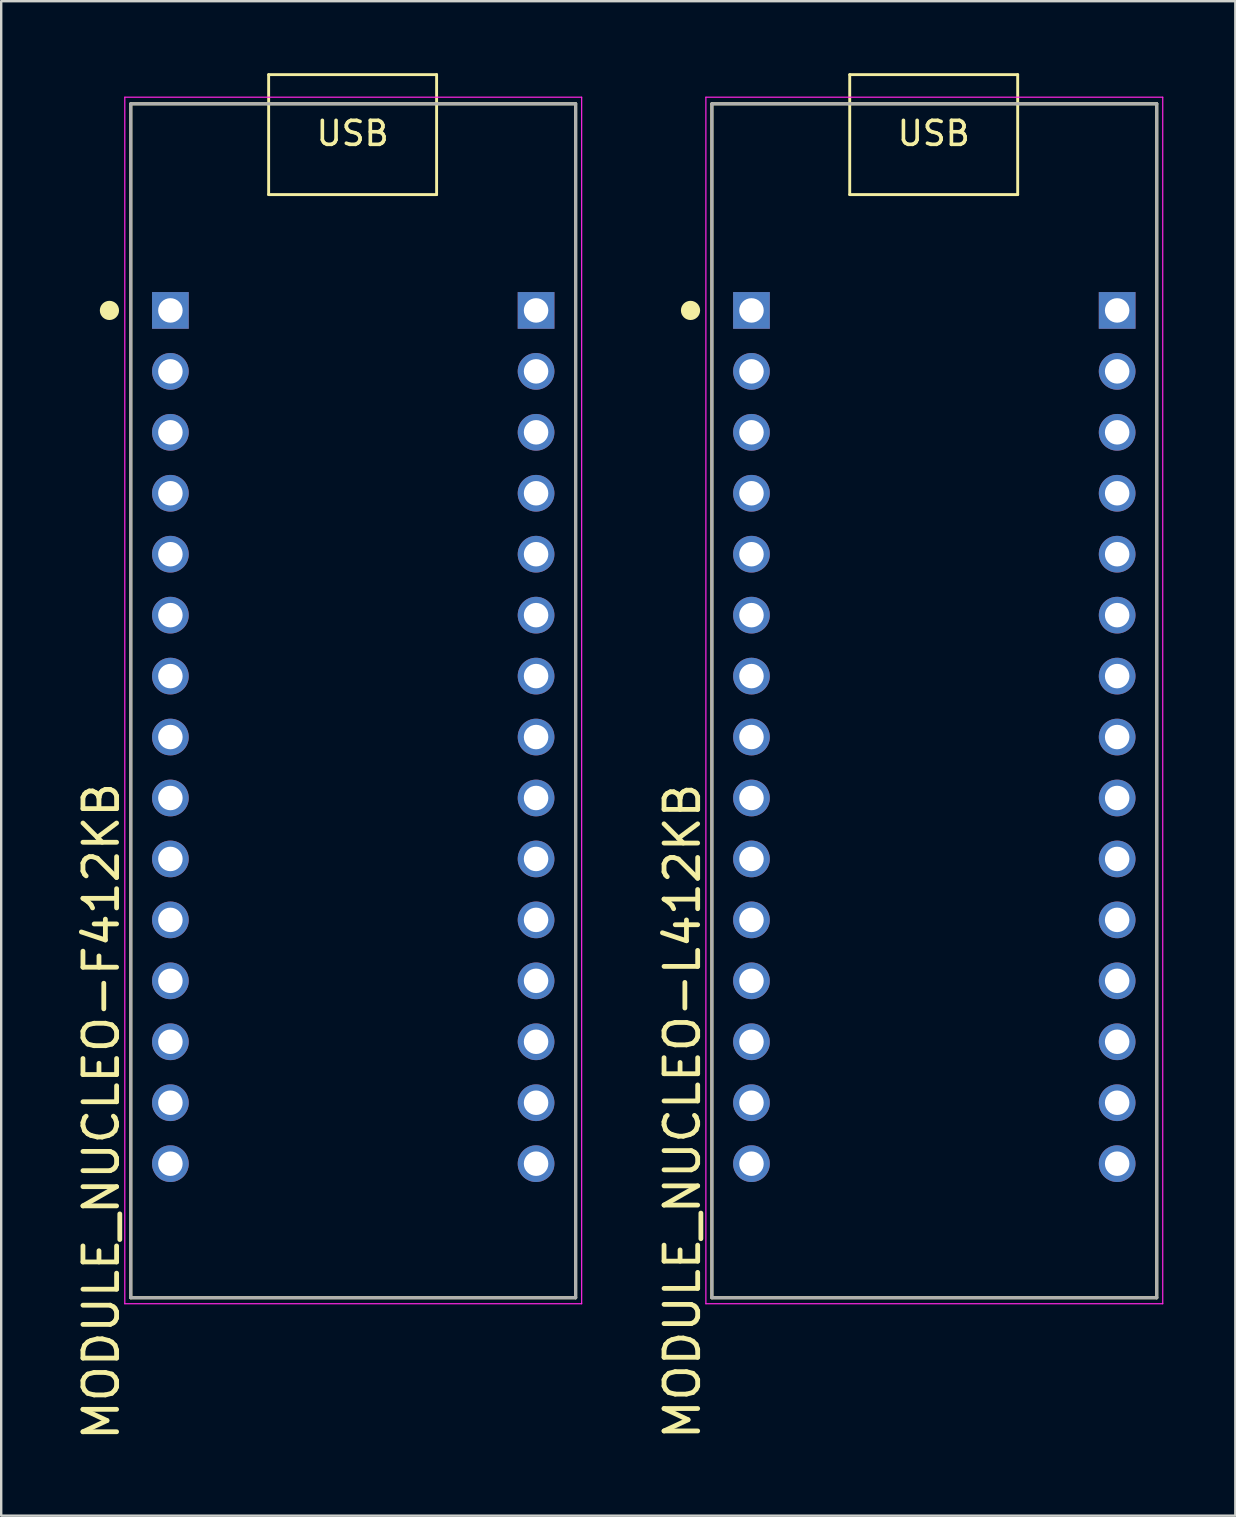
<source format=kicad_pcb>
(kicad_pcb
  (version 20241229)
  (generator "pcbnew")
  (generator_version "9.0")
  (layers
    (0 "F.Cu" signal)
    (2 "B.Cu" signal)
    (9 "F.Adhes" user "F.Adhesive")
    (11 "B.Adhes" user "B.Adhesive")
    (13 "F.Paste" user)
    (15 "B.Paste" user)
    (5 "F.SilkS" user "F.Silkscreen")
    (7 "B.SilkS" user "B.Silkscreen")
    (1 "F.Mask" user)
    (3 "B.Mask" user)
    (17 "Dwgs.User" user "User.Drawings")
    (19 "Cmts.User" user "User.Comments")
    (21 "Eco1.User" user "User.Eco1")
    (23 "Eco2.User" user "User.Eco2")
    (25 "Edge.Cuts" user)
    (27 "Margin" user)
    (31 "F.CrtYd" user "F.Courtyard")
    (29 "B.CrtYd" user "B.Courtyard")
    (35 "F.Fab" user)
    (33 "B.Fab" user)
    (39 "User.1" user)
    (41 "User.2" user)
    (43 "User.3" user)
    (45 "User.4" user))
  (footprint "MODULE_NUCLEO-F412KB"
    (layer "F.Cu")
    (at 11.671 27.667)
    (property "Reference" "MODULE_NUCLEO-F412KB" (at -10.5 15.6 270) (layer "F.SilkS") (effects (font (size 1.402 1.402) (thickness 0.2))))
    (attr through_hole)
    (fp_line (start -9.27 -26.391) (end 9.27 -26.391) (stroke (width 0.127) (type solid)) (layer "F.SilkS"))
    (fp_line (start -9.27 23.367) (end -9.27 -26.391) (stroke (width 0.127) (type solid)) (layer "F.SilkS"))
    (fp_line (start -3.525 -27.607) (end -3.525 -22.607) (stroke (width 0.12) (type solid)) (layer "F.SilkS"))
    (fp_line (start 3.475 -27.607) (end -3.525 -27.607) (stroke (width 0.12) (type solid)) (layer "F.SilkS"))
    (fp_line (start 3.475 -22.607) (end -3.525 -22.607) (stroke (width 0.12) (type solid)) (layer "F.SilkS"))
    (fp_line (start 3.475 -22.607) (end 3.475 -27.607) (stroke (width 0.12) (type solid)) (layer "F.SilkS"))
    (fp_line (start 9.27 -26.391) (end 9.27 23.367) (stroke (width 0.127) (type solid)) (layer "F.SilkS"))
    (fp_line (start 9.27 23.367) (end -9.27 23.367) (stroke (width 0.127) (type solid)) (layer "F.SilkS"))
    (fp_circle (center -10.16 -17.78) (end -9.96 -17.78) (stroke (width 0.4) (type solid)) (fill no) (layer "F.SilkS"))
    (fp_line (start -9.52 -26.665) (end 9.52 -26.665) (stroke (width 0.05) (type solid)) (layer "F.CrtYd"))
    (fp_line (start -9.52 23.617) (end -9.52 -26.665) (stroke (width 0.05) (type solid)) (layer "F.CrtYd"))
    (fp_line (start 9.52 -26.665) (end 9.52 23.617) (stroke (width 0.05) (type solid)) (layer "F.CrtYd"))
    (fp_line (start 9.52 23.617) (end -9.52 23.617) (stroke (width 0.05) (type solid)) (layer "F.CrtYd"))
    (fp_line (start -9.27 -26.391) (end 9.27 -26.391) (stroke (width 0.127) (type solid)) (layer "F.Fab"))
    (fp_line (start -9.27 23.367) (end -9.27 -26.391) (stroke (width 0.127) (type solid)) (layer "F.Fab"))
    (fp_line (start 9.27 -26.391) (end 9.27 23.367) (stroke (width 0.127) (type solid)) (layer "F.Fab"))
    (fp_line (start 9.27 23.367) (end -9.27 23.367) (stroke (width 0.127) (type solid)) (layer "F.Fab"))
    (fp_text user "USB" (at -0.025 -25.157 180) (layer "F.SilkS") (effects (font (size 1 1) (thickness 0.15))))
    (pad "3.1" thru_hole rect (at -7.62 -17.78) (size 1.53 1.53) (drill 1.02) (layers "*.Cu" "*.Mask"))
    (pad "3.2" thru_hole circle (at -7.62 -15.24) (size 1.53 1.53) (drill 1.02) (layers "*.Cu" "*.Mask"))
    (pad "3.3" thru_hole circle (at -7.62 -12.7) (size 1.53 1.53) (drill 1.02) (layers "*.Cu" "*.Mask"))
    (pad "3.4" thru_hole circle (at -7.62 -10.16) (size 1.53 1.53) (drill 1.02) (layers "*.Cu" "*.Mask"))
    (pad "3.5" thru_hole circle (at -7.62 -7.62) (size 1.53 1.53) (drill 1.02) (layers "*.Cu" "*.Mask"))
    (pad "3.6" thru_hole circle (at -7.62 -5.08) (size 1.53 1.53) (drill 1.02) (layers "*.Cu" "*.Mask"))
    (pad "3.7" thru_hole circle (at -7.62 -2.54) (size 1.53 1.53) (drill 1.02) (layers "*.Cu" "*.Mask"))
    (pad "3.8" thru_hole circle (at -7.62 0) (size 1.53 1.53) (drill 1.02) (layers "*.Cu" "*.Mask"))
    (pad "3.9" thru_hole circle (at -7.62 2.54) (size 1.53 1.53) (drill 1.02) (layers "*.Cu" "*.Mask"))
    (pad "3.10" thru_hole circle (at -7.62 5.08) (size 1.53 1.53) (drill 1.02) (layers "*.Cu" "*.Mask"))
    (pad "3.11" thru_hole circle (at -7.62 7.62) (size 1.53 1.53) (drill 1.02) (layers "*.Cu" "*.Mask"))
    (pad "3.12" thru_hole circle (at -7.62 10.16) (size 1.53 1.53) (drill 1.02) (layers "*.Cu" "*.Mask"))
    (pad "3.13" thru_hole circle (at -7.62 12.7) (size 1.53 1.53) (drill 1.02) (layers "*.Cu" "*.Mask"))
    (pad "3.14" thru_hole circle (at -7.62 15.24) (size 1.53 1.53) (drill 1.02) (layers "*.Cu" "*.Mask"))
    (pad "3.15" thru_hole circle (at -7.62 17.78) (size 1.53 1.53) (drill 1.02) (layers "*.Cu" "*.Mask"))
    (pad "4.1" thru_hole rect (at 7.62 -17.78) (size 1.53 1.53) (drill 1.02) (layers "*.Cu" "*.Mask"))
    (pad "4.2" thru_hole circle (at 7.62 -15.24) (size 1.53 1.53) (drill 1.02) (layers "*.Cu" "*.Mask"))
    (pad "4.3" thru_hole circle (at 7.62 -12.7) (size 1.53 1.53) (drill 1.02) (layers "*.Cu" "*.Mask"))
    (pad "4.4" thru_hole circle (at 7.62 -10.16) (size 1.53 1.53) (drill 1.02) (layers "*.Cu" "*.Mask"))
    (pad "4.5" thru_hole circle (at 7.62 -7.62) (size 1.53 1.53) (drill 1.02) (layers "*.Cu" "*.Mask"))
    (pad "4.6" thru_hole circle (at 7.62 -5.08) (size 1.53 1.53) (drill 1.02) (layers "*.Cu" "*.Mask"))
    (pad "4.7" thru_hole circle (at 7.62 -2.54) (size 1.53 1.53) (drill 1.02) (layers "*.Cu" "*.Mask"))
    (pad "4.8" thru_hole circle (at 7.62 0) (size 1.53 1.53) (drill 1.02) (layers "*.Cu" "*.Mask"))
    (pad "4.9" thru_hole circle (at 7.62 2.54) (size 1.53 1.53) (drill 1.02) (layers "*.Cu" "*.Mask"))
    (pad "4.10" thru_hole circle (at 7.62 5.08) (size 1.53 1.53) (drill 1.02) (layers "*.Cu" "*.Mask"))
    (pad "4.11" thru_hole circle (at 7.62 7.62) (size 1.53 1.53) (drill 1.02) (layers "*.Cu" "*.Mask"))
    (pad "4.12" thru_hole circle (at 7.62 10.16) (size 1.53 1.53) (drill 1.02) (layers "*.Cu" "*.Mask"))
    (pad "4.13" thru_hole circle (at 7.62 12.7) (size 1.53 1.53) (drill 1.02) (layers "*.Cu" "*.Mask"))
    (pad "4.14" thru_hole circle (at 7.62 15.24) (size 1.53 1.53) (drill 1.02) (layers "*.Cu" "*.Mask"))
    (pad "4.15" thru_hole circle (at 7.62 17.78) (size 1.53 1.53) (drill 1.02) (layers "*.Cu" "*.Mask")))
  (footprint "MODULE_NUCLEO-L412KB"
    (layer "F.Cu")
    (at 35.888 27.667)
    (property "Reference" "MODULE_NUCLEO-L412KB" (at -10.5 15.6 270) (layer "F.SilkS") (effects (font (size 1.402 1.402) (thickness 0.2))))
    (attr through_hole)
    (fp_line (start -9.27 -26.391) (end 9.27 -26.391) (stroke (width 0.127) (type solid)) (layer "F.SilkS"))
    (fp_line (start -9.27 23.367) (end -9.27 -26.391) (stroke (width 0.127) (type solid)) (layer "F.SilkS"))
    (fp_line (start -3.525 -27.607) (end -3.525 -22.607) (stroke (width 0.12) (type solid)) (layer "F.SilkS"))
    (fp_line (start 3.475 -27.607) (end -3.525 -27.607) (stroke (width 0.12) (type solid)) (layer "F.SilkS"))
    (fp_line (start 3.475 -22.607) (end -3.525 -22.607) (stroke (width 0.12) (type solid)) (layer "F.SilkS"))
    (fp_line (start 3.475 -22.607) (end 3.475 -27.607) (stroke (width 0.12) (type solid)) (layer "F.SilkS"))
    (fp_line (start 9.27 -26.391) (end 9.27 23.367) (stroke (width 0.127) (type solid)) (layer "F.SilkS"))
    (fp_line (start 9.27 23.367) (end -9.27 23.367) (stroke (width 0.127) (type solid)) (layer "F.SilkS"))
    (fp_circle (center -10.16 -17.78) (end -9.96 -17.78) (stroke (width 0.4) (type solid)) (fill no) (layer "F.SilkS"))
    (fp_line (start -9.52 -26.665) (end 9.52 -26.665) (stroke (width 0.05) (type solid)) (layer "F.CrtYd"))
    (fp_line (start -9.52 23.617) (end -9.52 -26.665) (stroke (width 0.05) (type solid)) (layer "F.CrtYd"))
    (fp_line (start 9.52 -26.665) (end 9.52 23.617) (stroke (width 0.05) (type solid)) (layer "F.CrtYd"))
    (fp_line (start 9.52 23.617) (end -9.52 23.617) (stroke (width 0.05) (type solid)) (layer "F.CrtYd"))
    (fp_line (start -9.27 -26.391) (end 9.27 -26.391) (stroke (width 0.127) (type solid)) (layer "F.Fab"))
    (fp_line (start -9.27 23.367) (end -9.27 -26.391) (stroke (width 0.127) (type solid)) (layer "F.Fab"))
    (fp_line (start 9.27 -26.391) (end 9.27 23.367) (stroke (width 0.127) (type solid)) (layer "F.Fab"))
    (fp_line (start 9.27 23.367) (end -9.27 23.367) (stroke (width 0.127) (type solid)) (layer "F.Fab"))
    (fp_text user "USB" (at -0.025 -25.157 180) (layer "F.SilkS") (effects (font (size 1 1) (thickness 0.15))))
    (pad "3.1" thru_hole rect (at -7.62 -17.78) (size 1.53 1.53) (drill 1.02) (layers "*.Cu" "*.Mask"))
    (pad "3.2" thru_hole circle (at -7.62 -15.24) (size 1.53 1.53) (drill 1.02) (layers "*.Cu" "*.Mask"))
    (pad "3.3" thru_hole circle (at -7.62 -12.7) (size 1.53 1.53) (drill 1.02) (layers "*.Cu" "*.Mask"))
    (pad "3.4" thru_hole circle (at -7.62 -10.16) (size 1.53 1.53) (drill 1.02) (layers "*.Cu" "*.Mask"))
    (pad "3.5" thru_hole circle (at -7.62 -7.62) (size 1.53 1.53) (drill 1.02) (layers "*.Cu" "*.Mask"))
    (pad "3.6" thru_hole circle (at -7.62 -5.08) (size 1.53 1.53) (drill 1.02) (layers "*.Cu" "*.Mask"))
    (pad "3.7" thru_hole circle (at -7.62 -2.54) (size 1.53 1.53) (drill 1.02) (layers "*.Cu" "*.Mask"))
    (pad "3.8" thru_hole circle (at -7.62 0) (size 1.53 1.53) (drill 1.02) (layers "*.Cu" "*.Mask"))
    (pad "3.9" thru_hole circle (at -7.62 2.54) (size 1.53 1.53) (drill 1.02) (layers "*.Cu" "*.Mask"))
    (pad "3.10" thru_hole circle (at -7.62 5.08) (size 1.53 1.53) (drill 1.02) (layers "*.Cu" "*.Mask"))
    (pad "3.11" thru_hole circle (at -7.62 7.62) (size 1.53 1.53) (drill 1.02) (layers "*.Cu" "*.Mask"))
    (pad "3.12" thru_hole circle (at -7.62 10.16) (size 1.53 1.53) (drill 1.02) (layers "*.Cu" "*.Mask"))
    (pad "3.13" thru_hole circle (at -7.62 12.7) (size 1.53 1.53) (drill 1.02) (layers "*.Cu" "*.Mask"))
    (pad "3.14" thru_hole circle (at -7.62 15.24) (size 1.53 1.53) (drill 1.02) (layers "*.Cu" "*.Mask"))
    (pad "3.15" thru_hole circle (at -7.62 17.78) (size 1.53 1.53) (drill 1.02) (layers "*.Cu" "*.Mask"))
    (pad "4.1" thru_hole rect (at 7.62 -17.78) (size 1.53 1.53) (drill 1.02) (layers "*.Cu" "*.Mask"))
    (pad "4.2" thru_hole circle (at 7.62 -15.24) (size 1.53 1.53) (drill 1.02) (layers "*.Cu" "*.Mask"))
    (pad "4.3" thru_hole circle (at 7.62 -12.7) (size 1.53 1.53) (drill 1.02) (layers "*.Cu" "*.Mask"))
    (pad "4.4" thru_hole circle (at 7.62 -10.16) (size 1.53 1.53) (drill 1.02) (layers "*.Cu" "*.Mask"))
    (pad "4.5" thru_hole circle (at 7.62 -7.62) (size 1.53 1.53) (drill 1.02) (layers "*.Cu" "*.Mask"))
    (pad "4.6" thru_hole circle (at 7.62 -5.08) (size 1.53 1.53) (drill 1.02) (layers "*.Cu" "*.Mask"))
    (pad "4.7" thru_hole circle (at 7.62 -2.54) (size 1.53 1.53) (drill 1.02) (layers "*.Cu" "*.Mask"))
    (pad "4.8" thru_hole circle (at 7.62 0) (size 1.53 1.53) (drill 1.02) (layers "*.Cu" "*.Mask"))
    (pad "4.9" thru_hole circle (at 7.62 2.54) (size 1.53 1.53) (drill 1.02) (layers "*.Cu" "*.Mask"))
    (pad "4.10" thru_hole circle (at 7.62 5.08) (size 1.53 1.53) (drill 1.02) (layers "*.Cu" "*.Mask"))
    (pad "4.11" thru_hole circle (at 7.62 7.62) (size 1.53 1.53) (drill 1.02) (layers "*.Cu" "*.Mask"))
    (pad "4.12" thru_hole circle (at 7.62 10.16) (size 1.53 1.53) (drill 1.02) (layers "*.Cu" "*.Mask"))
    (pad "4.13" thru_hole circle (at 7.62 12.7) (size 1.53 1.53) (drill 1.02) (layers "*.Cu" "*.Mask"))
    (pad "4.14" thru_hole circle (at 7.62 15.24) (size 1.53 1.53) (drill 1.02) (layers "*.Cu" "*.Mask"))
    (pad "4.15" thru_hole circle (at 7.62 17.78) (size 1.53 1.53) (drill 1.02) (layers "*.Cu" "*.Mask")))
  (gr_rect
    (start -3 -3)
    (end 48.433 60.116)
    (stroke (width 0.1) (type default))
    (fill no)
    (layer "Edge.Cuts")))
</source>
